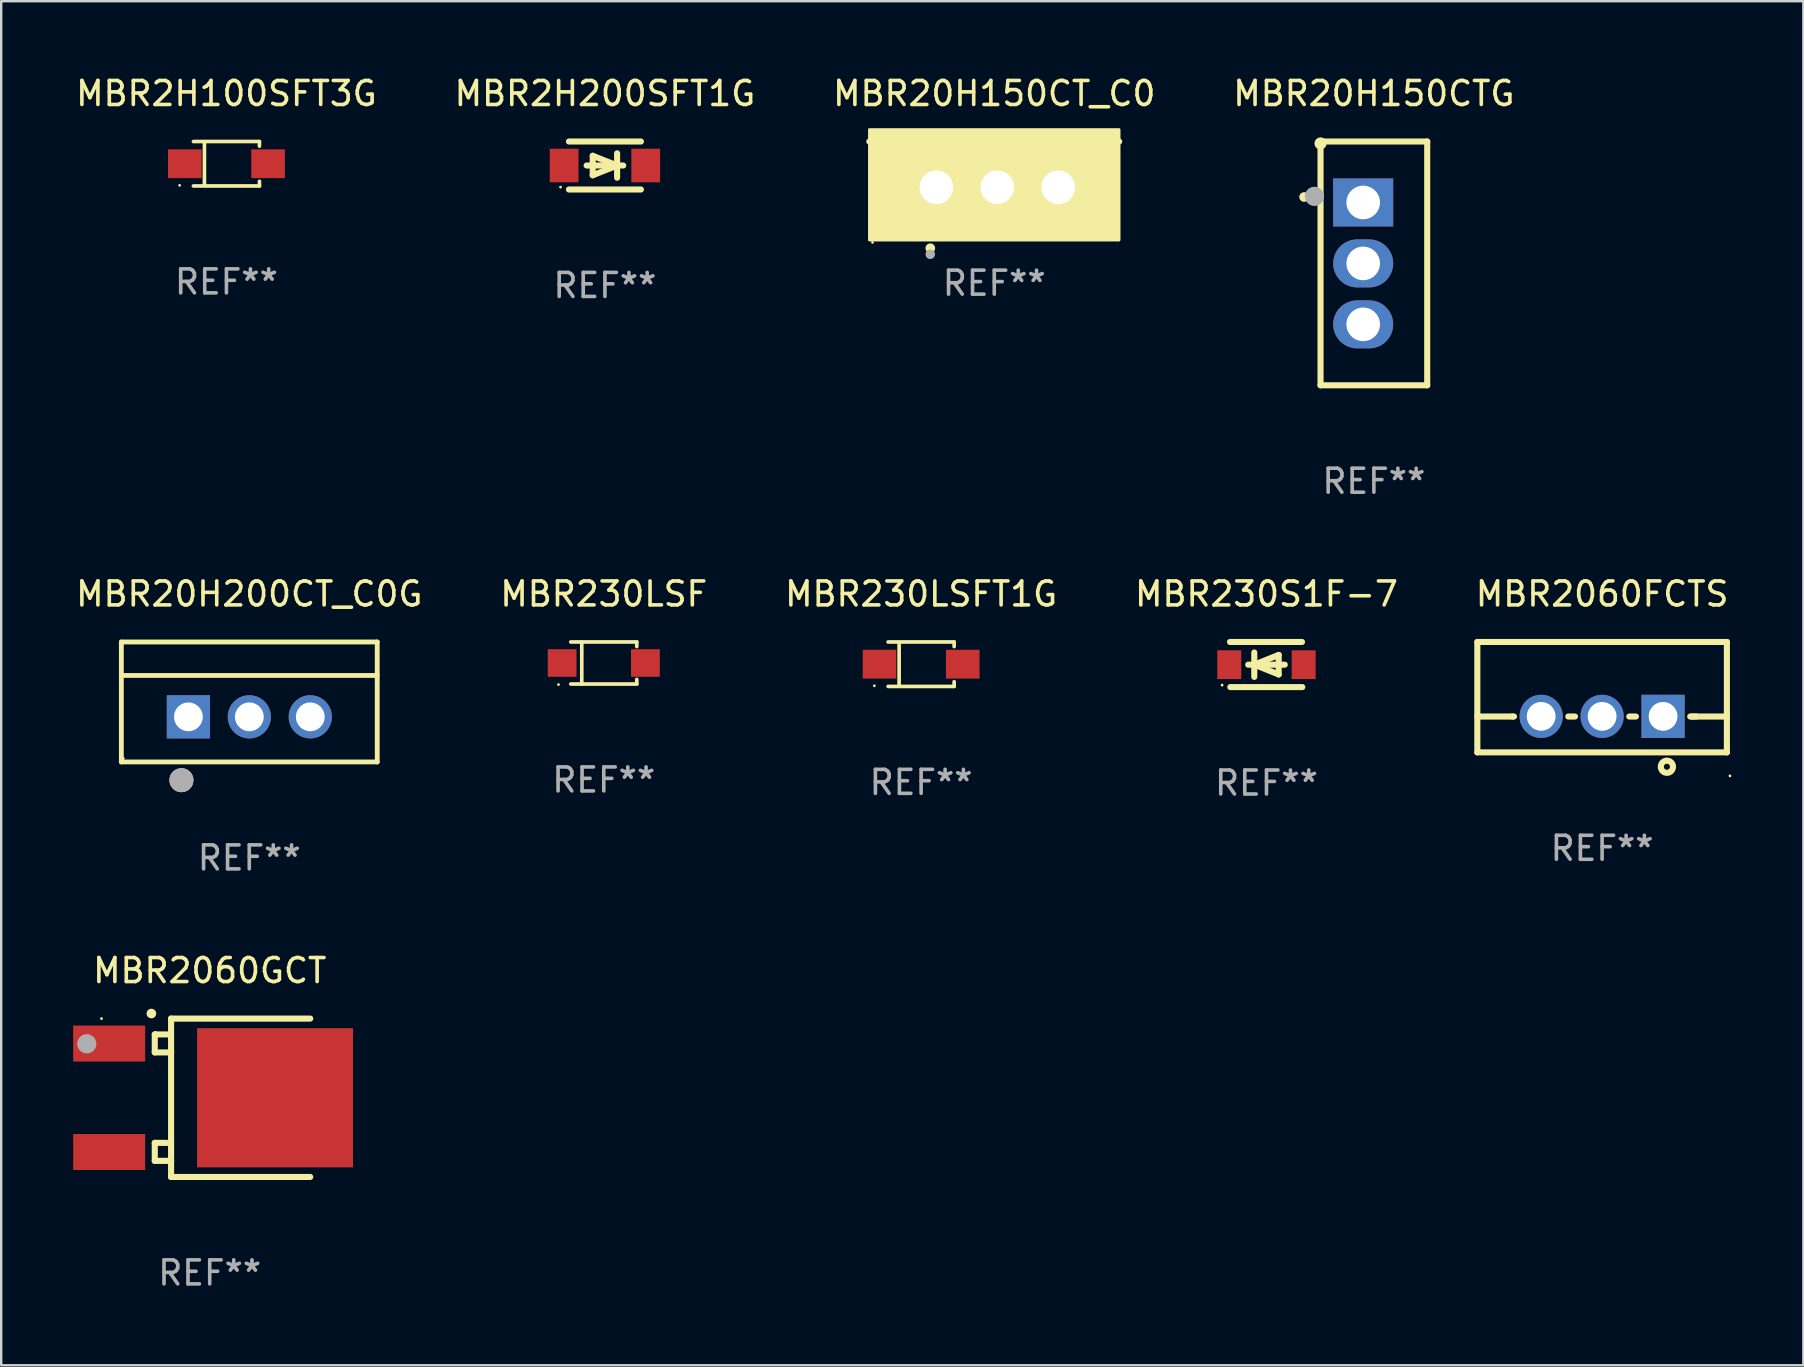
<source format=kicad_pcb>
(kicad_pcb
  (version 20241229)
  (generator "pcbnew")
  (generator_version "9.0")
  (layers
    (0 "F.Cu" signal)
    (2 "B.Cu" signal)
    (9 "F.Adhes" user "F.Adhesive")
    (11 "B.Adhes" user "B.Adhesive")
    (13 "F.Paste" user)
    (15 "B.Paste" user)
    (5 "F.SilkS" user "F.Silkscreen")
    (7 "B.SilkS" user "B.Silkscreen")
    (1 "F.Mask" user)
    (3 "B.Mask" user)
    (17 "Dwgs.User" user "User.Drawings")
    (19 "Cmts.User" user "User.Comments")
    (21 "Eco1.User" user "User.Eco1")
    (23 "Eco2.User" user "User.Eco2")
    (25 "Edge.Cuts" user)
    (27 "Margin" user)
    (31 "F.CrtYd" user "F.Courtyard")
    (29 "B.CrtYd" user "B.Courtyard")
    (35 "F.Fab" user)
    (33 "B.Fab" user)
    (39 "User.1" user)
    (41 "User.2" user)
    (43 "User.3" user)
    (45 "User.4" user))
  (footprint "MBR230S1F-7"
    (layer "F.Cu")
    (at 49.732 24.645)
    (property "Reference" "MBR230S1F-7" (at 0 -2.94 0) (layer "F.SilkS") (effects (font (size 1 1) (thickness 0.15))))
    (attr through_hole)
    (fp_line (start -1.52 -0.94) (end 1.48 -0.94) (stroke (width 0.254) (type solid)) (layer "F.SilkS"))
    (fp_line (start -1.507 0.94) (end 1.493 0.94) (stroke (width 0.254) (type solid)) (layer "F.SilkS"))
    (fp_line (start -0.762 0.007) (end 0.762 0.007) (stroke (width 0.254) (type solid)) (layer "F.SilkS"))
    (fp_line (start -0.508 -0.501) (end -0.508 0.515) (stroke (width 0.254) (type solid)) (layer "F.SilkS"))
    (fp_line (start -0.508 0.007) (end 0.508 -0.4) (stroke (width 0.254) (type solid)) (layer "F.SilkS"))
    (fp_line (start 0.508 -0.4) (end 0.508 0.413) (stroke (width 0.254) (type solid)) (layer "F.SilkS"))
    (fp_line (start 0.508 0.413) (end -0.508 0.007) (stroke (width 0.254) (type solid)) (layer "F.SilkS"))
    (fp_circle (center -1.85 0.857) (end -1.82 0.857) (stroke (width 0.06) (type solid)) (fill no) (layer "F.SilkS"))
    (fp_text user "REF**" (at 0 4.94 0) (layer "F.Fab") (effects (font (size 1 1) (thickness 0.15))))
    (pad "1" smd rect (at -1.55 0.007) (size 1 1.2) (layers "F.Cu" "F.Mask" "F.Paste"))
    (pad "2" smd rect (at 1.55 0.007) (size 1 1.2) (layers "F.Cu" "F.Mask" "F.Paste")))
  (footprint "MBR2060GCT"
    (layer "F.Cu")
    (at 5.69 42.701)
    (property "Reference" "MBR2060GCT" (at 0 -5.3 0) (layer "F.SilkS") (effects (font (size 1 1) (thickness 0.15))))
    (attr through_hole)
    (fp_line (start -2.29 -2.64) (end -2.29 -1.89) (stroke (width 0.254) (type solid)) (layer "F.SilkS"))
    (fp_line (start -2.29 -1.89) (end -1.61 -1.89) (stroke (width 0.254) (type solid)) (layer "F.SilkS"))
    (fp_line (start -2.29 1.88) (end -2.29 2.63) (stroke (width 0.254) (type solid)) (layer "F.SilkS"))
    (fp_line (start -2.29 2.63) (end -1.61 2.63) (stroke (width 0.254) (type solid)) (layer "F.SilkS"))
    (fp_line (start -2.25 -2.64) (end -2.29 -2.64) (stroke (width 0.254) (type solid)) (layer "F.SilkS"))
    (fp_line (start -2.25 1.88) (end -2.29 1.88) (stroke (width 0.254) (type solid)) (layer "F.SilkS"))
    (fp_line (start -1.79 -2.64) (end -2.25 -2.64) (stroke (width 0.254) (type solid)) (layer "F.SilkS"))
    (fp_line (start -1.79 1.88) (end -2.25 1.88) (stroke (width 0.254) (type solid)) (layer "F.SilkS"))
    (fp_line (start -1.61 -3.3) (end -1.61 3.3) (stroke (width 0.254) (type solid)) (layer "F.SilkS"))
    (fp_line (start -1.61 -1.89) (end -1.61 -1.909) (stroke (width 0.254) (type solid)) (layer "F.SilkS"))
    (fp_line (start -1.61 3.3) (end 4.19 3.3) (stroke (width 0.254) (type solid)) (layer "F.SilkS"))
    (fp_line (start -1.61 2.63) (end -1.61 2.611) (stroke (width 0.254) (type solid)) (layer "F.SilkS"))
    (fp_line (start 4.19 -3.3) (end -1.61 -3.3) (stroke (width 0.254) (type solid)) (layer "F.SilkS"))
    (fp_arc (start -2.432614 -3.510008) (mid -2.431344 -3.510012) (end -2.430074 -3.510008) (stroke (width 0.4) (type solid)) (layer "F.SilkS"))
    (fp_circle (center -4.51 -3.3) (end -4.48 -3.3) (stroke (width 0.06) (type solid)) (fill no) (layer "F.SilkS"))
    (fp_circle (center -5.123 -2.25) (end -4.923 -2.25) (stroke (width 0.4) (type solid)) (fill no) (layer "F.Fab"))
    (fp_text user "REF**" (at 0 7.3 0) (layer "F.Fab") (effects (font (size 1 1) (thickness 0.15))))
    (pad "1" smd rect (at -4.19 -2.26) (size 3 1.5) (layers "F.Cu" "F.Mask" "F.Paste"))
    (pad "2" smd rect (at 2.724 -0.000051) (size 6.5 5.8) (layers "F.Cu" "F.Mask" "F.Paste"))
    (pad "3" smd rect (at -4.19 2.26) (size 3 1.5) (layers "F.Cu" "F.Mask" "F.Paste")))
  (footprint "MBR2H100SFT3G"
    (layer "F.Cu")
    (at 6.387 3.774)
    (property "Reference" "MBR2H100SFT3G" (at 0 -2.926 0) (layer "F.SilkS") (effects (font (size 1 1) (thickness 0.15))))
    (attr through_hole)
    (fp_line (start -1.376 -0.926) (end 1.376 -0.926) (stroke (width 0.152) (type solid)) (layer "F.SilkS"))
    (fp_line (start -1.376 0.926) (end 1.376 0.926) (stroke (width 0.152) (type solid)) (layer "F.SilkS"))
    (fp_line (start -0.917 -0.876) (end -0.917 0.876) (stroke (width 0.152) (type solid)) (layer "F.SilkS"))
    (fp_line (start 1.376 -0.926) (end 1.376 -0.733) (stroke (width 0.152) (type solid)) (layer "F.SilkS"))
    (fp_line (start 1.376 0.926) (end 1.376 0.733) (stroke (width 0.152) (type solid)) (layer "F.SilkS"))
    (fp_circle (center -1.95 0.9) (end -1.92 0.9) (stroke (width 0.06) (type solid)) (fill no) (layer "F.SilkS"))
    (fp_text user "REF**" (at 0 4.926 0) (layer "F.Fab") (effects (font (size 1 1) (thickness 0.15))))
    (pad "1" smd rect (at -1.735 0) (size 1.4 1.2) (layers "F.Cu" "F.Mask" "F.Paste"))
    (pad "2" smd rect (at 1.735 0) (size 1.4 1.2) (layers "F.Cu" "F.Mask" "F.Paste")))
  (footprint "MBR2H200SFT1G"
    (layer "F.Cu")
    (at 22.161 3.848)
    (property "Reference" "MBR2H200SFT1G" (at 0 -3 0) (layer "F.SilkS") (effects (font (size 1 1) (thickness 0.15))))
    (attr through_hole)
    (fp_line (start -1.5 -1) (end 1.5 -1) (stroke (width 0.254) (type solid)) (layer "F.SilkS"))
    (fp_line (start -1.5 1) (end 1.5 1) (stroke (width 0.254) (type solid)) (layer "F.SilkS"))
    (fp_line (start -0.508 -0.406) (end 0.508 0) (stroke (width 0.254) (type solid)) (layer "F.SilkS"))
    (fp_line (start -0.508 0.406) (end -0.508 -0.406) (stroke (width 0.254) (type solid)) (layer "F.SilkS"))
    (fp_line (start 0.508 0) (end -0.508 0.406) (stroke (width 0.254) (type solid)) (layer "F.SilkS"))
    (fp_line (start 0.508 0.508) (end 0.508 -0.508) (stroke (width 0.254) (type solid)) (layer "F.SilkS"))
    (fp_line (start 0.762 0) (end -0.762 0) (stroke (width 0.254) (type solid)) (layer "F.SilkS"))
    (fp_circle (center -1.85 0.9) (end -1.82 0.9) (stroke (width 0.06) (type solid)) (fill no) (layer "F.SilkS"))
    (fp_text user "REF**" (at 0 5 0) (layer "F.Fab") (effects (font (size 1 1) (thickness 0.15))))
    (pad "1" smd rect (at -1.7 0) (size 1.2 1.4) (layers "F.Cu" "F.Mask" "F.Paste"))
    (pad "2" smd rect (at 1.7 0) (size 1.2 1.4) (layers "F.Cu" "F.Mask" "F.Paste")))
  (footprint "MBR20H150CT_C0"
    (layer "F.Cu")
    (at 38.387 3.801)
    (property "Reference" "MBR20H150CT_C0" (at 0 -2.953 0) (layer "F.SilkS") (effects (font (size 1 1) (thickness 0.15))))
    (attr through_hole)
    (fp_line (start 5.207 -0.953) (end -5.207 -0.953) (stroke (width 0.254) (type solid)) (layer "F.SilkS"))
    (fp_arc (start -2.66698 3.49252) (mid -2.66571 3.492516) (end -2.66444 3.49252) (stroke (width 0.4) (type solid)) (layer "F.SilkS"))
    (fp_circle (center -5.073 3.252) (end -5.043 3.252) (stroke (width 0.06) (type solid)) (fill no) (layer "F.SilkS"))
    (fp_poly (pts (xy -5.2 -1.448) (xy 5.2 -1.448) (xy 5.2 3.152) (xy -5.2 3.152)) (stroke (width 0.12) (type solid)) (fill yes) (layer "F.SilkS"))
    (fp_circle (center -2.667 3.747) (end -2.567 3.747) (stroke (width 0.2) (type solid)) (fill no) (layer "F.Fab"))
    (fp_text user "REF**" (at 0 4.953 0) (layer "F.Fab") (effects (font (size 1 1) (thickness 0.15))))
    (pad "1" thru_hole rect (at -2.413 0.953) (size 2 2.5) (drill 1.4) (layers "*.Cu" "*.Mask"))
    (pad "2" thru_hole oval (at 0.127 0.953) (size 2 2.5) (drill 1.4) (layers "*.Cu" "*.Mask"))
    (pad "3" thru_hole oval (at 2.667 0.953) (size 2 2.5) (drill 1.4) (layers "*.Cu" "*.Mask")))
  (footprint "MBR230LSF"
    (layer "F.Cu")
    (at 22.113 24.581)
    (property "Reference" "MBR230LSF" (at 0 -2.876 0) (layer "F.SilkS") (effects (font (size 1 1) (thickness 0.15))))
    (attr through_hole)
    (fp_line (start -1.376 -0.876) (end 1.376 -0.876) (stroke (width 0.152) (type solid)) (layer "F.SilkS"))
    (fp_line (start -1.376 0.876) (end 1.376 0.876) (stroke (width 0.152) (type solid)) (layer "F.SilkS"))
    (fp_line (start -0.917 -0.876) (end -0.917 0.876) (stroke (width 0.152) (type solid)) (layer "F.SilkS"))
    (fp_line (start 1.376 -0.876) (end 1.376 -0.683) (stroke (width 0.152) (type solid)) (layer "F.SilkS"))
    (fp_line (start 1.376 0.876) (end 1.376 0.683) (stroke (width 0.152) (type solid)) (layer "F.SilkS"))
    (fp_circle (center -1.887 0.9) (end -1.857 0.9) (stroke (width 0.06) (type solid)) (fill no) (layer "F.SilkS"))
    (fp_text user "REF**" (at 0 4.876 0) (layer "F.Fab") (effects (font (size 1 1) (thickness 0.15))))
    (pad "1" smd rect (at -1.735 0) (size 1.2 1.15) (layers "F.Cu" "F.Mask" "F.Paste"))
    (pad "2" smd rect (at 1.735 0) (size 1.2 1.15) (layers "F.Cu" "F.Mask" "F.Paste")))
  (footprint "MBR230LSFT1G"
    (layer "F.Cu")
    (at 35.339 24.631)
    (property "Reference" "MBR230LSFT1G" (at 0 -2.926 0) (layer "F.SilkS") (effects (font (size 1 1) (thickness 0.15))))
    (attr through_hole)
    (fp_line (start -1.376 -0.926) (end 1.376 -0.926) (stroke (width 0.152) (type solid)) (layer "F.SilkS"))
    (fp_line (start -1.376 0.926) (end 1.376 0.926) (stroke (width 0.152) (type solid)) (layer "F.SilkS"))
    (fp_line (start -0.917 -0.876) (end -0.917 0.876) (stroke (width 0.152) (type solid)) (layer "F.SilkS"))
    (fp_line (start 1.376 -0.926) (end 1.376 -0.733) (stroke (width 0.152) (type solid)) (layer "F.SilkS"))
    (fp_line (start 1.376 0.926) (end 1.376 0.733) (stroke (width 0.152) (type solid)) (layer "F.SilkS"))
    (fp_circle (center -1.95 0.9) (end -1.92 0.9) (stroke (width 0.06) (type solid)) (fill no) (layer "F.SilkS"))
    (fp_text user "REF**" (at 0 4.926 0) (layer "F.Fab") (effects (font (size 1 1) (thickness 0.15))))
    (pad "1" smd rect (at -1.735 0) (size 1.4 1.2) (layers "F.Cu" "F.Mask" "F.Paste"))
    (pad "2" smd rect (at 1.735 0) (size 1.4 1.2) (layers "F.Cu" "F.Mask" "F.Paste")))
  (footprint "MBR20H200CT_C0G"
    (layer "F.Cu")
    (at 7.339 26.205)
    (property "Reference" "MBR20H200CT_C0G" (at 0 -4.5 0) (layer "F.SilkS") (effects (font (size 1 1) (thickness 0.15))))
    (attr through_hole)
    (fp_line (start -5.332 2.5) (end -5.332 -2.5) (stroke (width 0.201) (type solid)) (layer "F.SilkS"))
    (fp_line (start -5.328 -2.5) (end 5.332 -2.5) (stroke (width 0.201) (type solid)) (layer "F.SilkS"))
    (fp_line (start -5.328 -1.104) (end 5.332 -1.104) (stroke (width 0.201) (type solid)) (layer "F.SilkS"))
    (fp_line (start 5.332 -2.5) (end 5.332 2.5) (stroke (width 0.201) (type solid)) (layer "F.SilkS"))
    (fp_line (start 5.332 2.5) (end -5.332 2.5) (stroke (width 0.201) (type solid)) (layer "F.SilkS"))
    (fp_circle (center -5.248 2.35) (end -5.218 2.35) (stroke (width 0.06) (type solid)) (fill no) (layer "F.SilkS"))
    (fp_circle (center -2.828 3.26) (end -2.578 3.26) (stroke (width 0.5) (type solid)) (fill no) (layer "F.SilkS"))
    (fp_circle (center -2.828 3.26) (end -2.578 3.26) (stroke (width 0.5) (type solid)) (fill no) (layer "F.Fab"))
    (fp_text user "REF**" (at 0 6.5 0) (layer "F.Fab") (effects (font (size 1 1) (thickness 0.15))))
    (pad "1" thru_hole rect (at -2.538 0.62) (size 1.8 1.8) (drill 1.2) (layers "*.Cu" "*.Mask"))
    (pad "2" thru_hole circle (at 0.002 0.62) (size 1.8 1.8) (drill 1.2) (layers "*.Cu" "*.Mask"))
    (pad "3" thru_hole circle (at 2.542 0.62) (size 1.8 1.8) (drill 1.2) (layers "*.Cu" "*.Mask")))
  (footprint "MBR2060FCTS"
    (layer "F.Cu")
    (at 63.72 26.005)
    (property "Reference" "MBR2060FCTS" (at 0 -4.3 0) (layer "F.SilkS") (effects (font (size 1 1) (thickness 0.15))))
    (attr through_hole)
    (fp_line (start -5.2 -2.3) (end -5.2 2.3) (stroke (width 0.254) (type solid)) (layer "F.SilkS"))
    (fp_line (start -5.2 -2.3) (end 5.2 -2.3) (stroke (width 0.254) (type solid)) (layer "F.SilkS"))
    (fp_line (start -5.2 0.807) (end -3.731 0.807) (stroke (width 0.254) (type solid)) (layer "F.SilkS"))
    (fp_line (start -5.2 2.3) (end 5.2 2.3) (stroke (width 0.254) (type solid)) (layer "F.SilkS"))
    (fp_line (start -3.731 0.807) (end -3.671 0.807) (stroke (width 0.254) (type solid)) (layer "F.SilkS"))
    (fp_line (start -1.409 0.807) (end -1.131 0.807) (stroke (width 0.254) (type solid)) (layer "F.SilkS"))
    (fp_line (start 1.131 0.807) (end 1.409 0.807) (stroke (width 0.254) (type solid)) (layer "F.SilkS"))
    (fp_line (start 3.671 0.807) (end 3.926 0.807) (stroke (width 0.254) (type solid)) (layer "F.SilkS"))
    (fp_line (start 3.731 0.807) (end 5.2 0.807) (stroke (width 0.254) (type solid)) (layer "F.SilkS"))
    (fp_line (start 5.2 -2.3) (end 5.2 2.3) (stroke (width 0.254) (type solid)) (layer "F.SilkS"))
    (fp_circle (center 2.7 2.9) (end 2.954 2.9) (stroke (width 0.254) (type solid)) (fill no) (layer "F.SilkS"))
    (fp_circle (center 5.327 3.281) (end 5.357 3.281) (stroke (width 0.06) (type solid)) (fill no) (layer "F.SilkS"))
    (fp_text user "REF**" (at 0 6.3 0) (layer "F.Fab") (effects (font (size 1 1) (thickness 0.15))))
    (pad "1" thru_hole rect (at 2.54 0.8) (size 1.8 1.8) (drill 1.2) (layers "*.Cu" "*.Mask"))
    (pad "2" thru_hole circle (at 0 0.8) (size 1.8 1.8) (drill 1.2) (layers "*.Cu" "*.Mask"))
    (pad "3" thru_hole circle (at -2.54 0.8) (size 1.8 1.8) (drill 1.2) (layers "*.Cu" "*.Mask")))
  (footprint "MBR20H150CTG"
    (layer "F.Cu")
    (at 54.208 7.928)
    (property "Reference" "MBR20H150CTG" (at 0 -7.08 0) (layer "F.SilkS") (effects (font (size 1 1) (thickness 0.15))))
    (attr through_hole)
    (fp_line (start -2.223 -4.953) (end -2.223 5.08) (stroke (width 0.254) (type solid)) (layer "F.SilkS"))
    (fp_line (start -2.223 5.08) (end 2.223 5.08) (stroke (width 0.254) (type solid)) (layer "F.SilkS"))
    (fp_line (start 2.223 -5.08) (end -2.223 -5.08) (stroke (width 0.254) (type solid)) (layer "F.SilkS"))
    (fp_line (start 2.223 5.08) (end 2.223 -5.08) (stroke (width 0.254) (type solid)) (layer "F.SilkS"))
    (fp_arc (start -2.908306 -2.766066) (mid -2.90831 -2.767336) (end -2.908306 -2.768606) (stroke (width 0.4) (type solid)) (layer "F.SilkS"))
    (fp_circle (center -2.223 -5) (end -2.096 -5) (stroke (width 0.254) (type solid)) (fill no) (layer "F.SilkS"))
    (fp_circle (center -2.477 -2.794) (end -2.277 -2.794) (stroke (width 0.4) (type solid)) (fill no) (layer "F.Fab"))
    (fp_text user "REF**" (at 0 9.08 0) (layer "F.Fab") (effects (font (size 1 1) (thickness 0.15))))
    (pad "1" thru_hole rect (at -0.445 -2.54 270) (size 2 2.5) (drill 1.4) (layers "*.Cu" "*.Mask"))
    (pad "2" thru_hole oval (at -0.445 0 270) (size 2 2.5) (drill 1.4) (layers "*.Cu" "*.Mask"))
    (pad "3" thru_hole oval (at -0.445 2.54 270) (size 2 2.5) (drill 1.4) (layers "*.Cu" "*.Mask")))
  (gr_rect
    (start -3 -3)
    (end 72.107 53.85)
    (stroke (width 0.1) (type default))
    (fill no)
    (layer "Edge.Cuts")))
</source>
